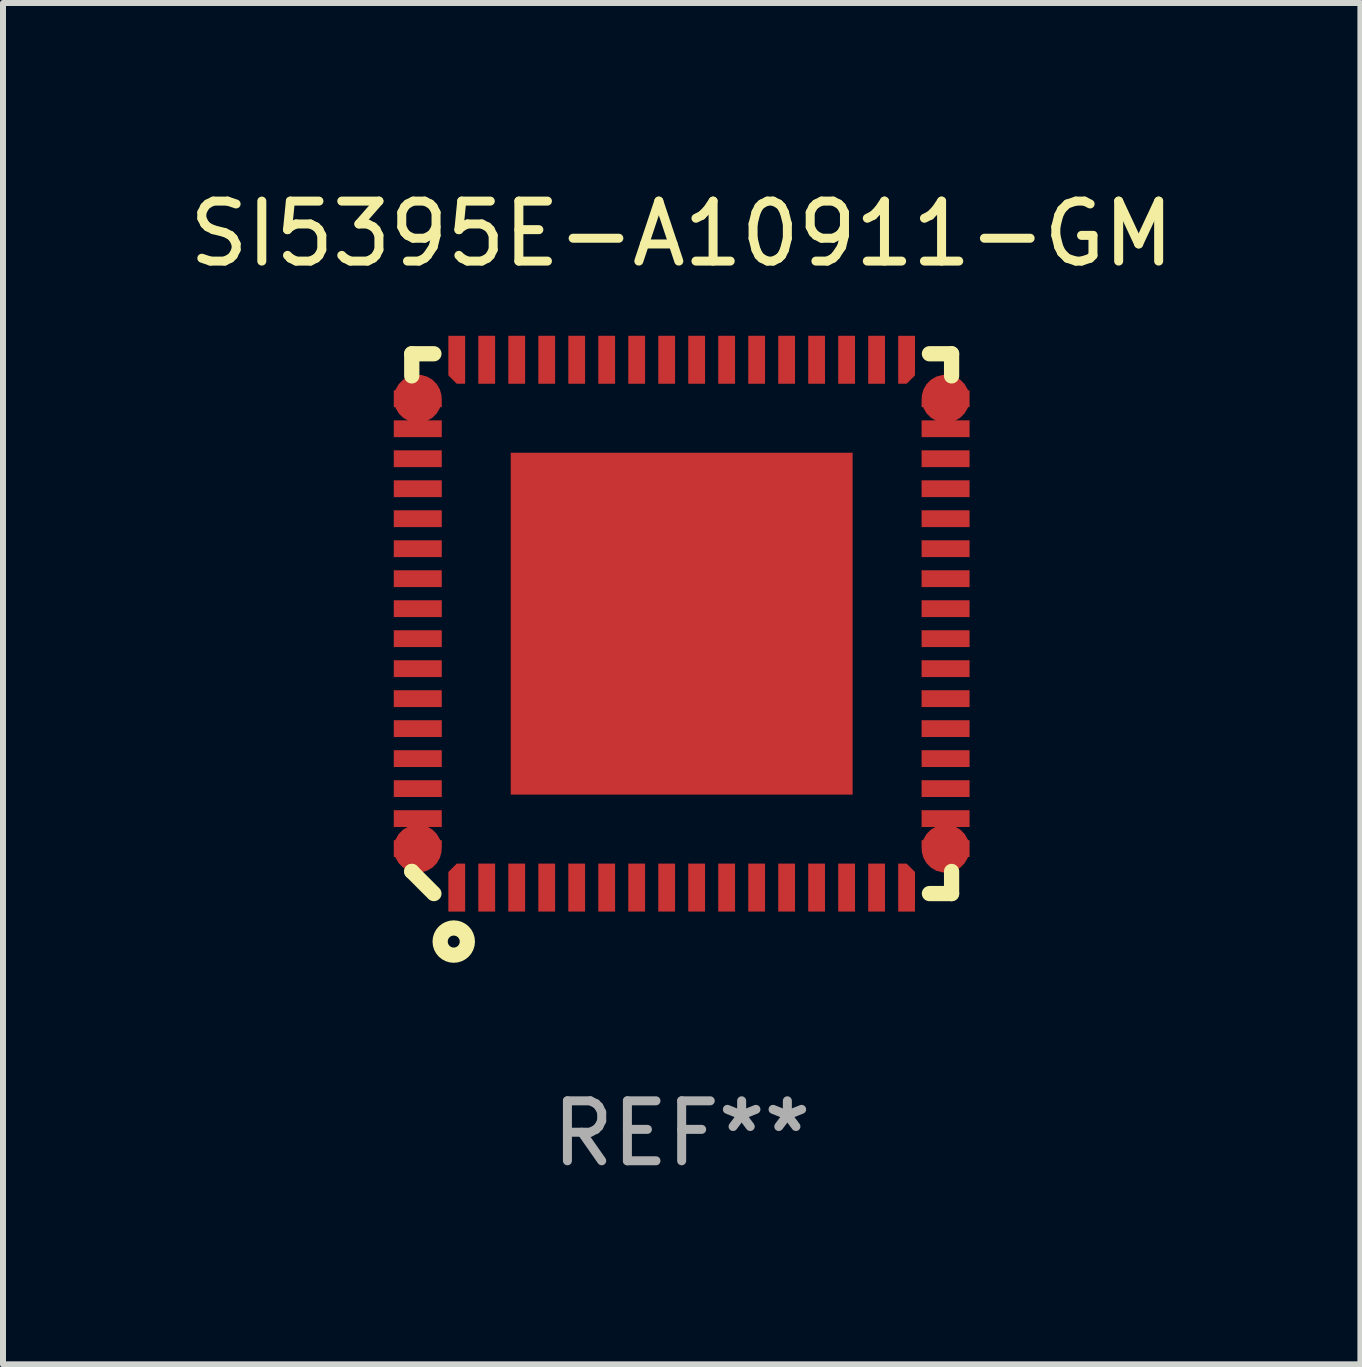
<source format=kicad_pcb>
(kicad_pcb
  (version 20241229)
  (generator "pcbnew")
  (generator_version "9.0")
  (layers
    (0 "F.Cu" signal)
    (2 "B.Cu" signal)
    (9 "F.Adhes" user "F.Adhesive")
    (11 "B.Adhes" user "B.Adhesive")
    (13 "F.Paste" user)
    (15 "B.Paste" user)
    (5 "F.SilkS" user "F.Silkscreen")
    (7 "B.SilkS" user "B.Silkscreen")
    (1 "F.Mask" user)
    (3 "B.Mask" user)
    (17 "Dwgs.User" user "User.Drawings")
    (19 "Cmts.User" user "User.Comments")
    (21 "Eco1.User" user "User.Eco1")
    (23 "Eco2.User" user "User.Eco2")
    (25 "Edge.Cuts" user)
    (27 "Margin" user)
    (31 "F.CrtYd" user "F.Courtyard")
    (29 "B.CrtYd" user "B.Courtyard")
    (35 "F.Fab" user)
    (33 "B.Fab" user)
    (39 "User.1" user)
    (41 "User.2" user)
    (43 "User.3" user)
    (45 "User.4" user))
  (footprint "SI5395E-A10911-GM"
    (layer "F.Cu")
    (at 8.315 7.348)
    (property "Reference" "SI5395E-A10911-GM" (at 0 -6.5 0) (layer "F.SilkS") (effects (font (size 1 1) (thickness 0.15))))
    (attr through_hole)
    (fp_line (start -4.5 -4.5) (end -4.5 -4.131) (stroke (width 0.254) (type solid)) (layer "F.SilkS"))
    (fp_line (start -4.5 4.131) (end -4.5 4.131) (stroke (width 0.254) (type solid)) (layer "F.SilkS"))
    (fp_line (start -4.5 4.131) (end -4.131 4.5) (stroke (width 0.254) (type solid)) (layer "F.SilkS"))
    (fp_line (start -4.131 -4.5) (end -4.5 -4.5) (stroke (width 0.254) (type solid)) (layer "F.SilkS"))
    (fp_line (start 4.131 4.5) (end 4.5 4.5) (stroke (width 0.254) (type solid)) (layer "F.SilkS"))
    (fp_line (start 4.5 -4.5) (end 4.131 -4.5) (stroke (width 0.254) (type solid)) (layer "F.SilkS"))
    (fp_line (start 4.5 -4.131) (end 4.5 -4.5) (stroke (width 0.254) (type solid)) (layer "F.SilkS"))
    (fp_line (start 4.5 4.5) (end 4.5 4.131) (stroke (width 0.254) (type solid)) (layer "F.SilkS"))
    (fp_circle (center -3.8 5.3) (end -3.7 5.3) (stroke (width 0.254) (type solid)) (fill no) (layer "F.SilkS"))
    (fp_text user "REF**" (at 0 8.5 0) (layer "F.Fab") (effects (font (size 1 1) (thickness 0.15))))
    (pad "1" smd custom (at -3.75 4.4) (size 0.28 0.8) (layers "F.Cu" "F.Mask" "F.Paste") (options (anchor circle)) (primitives (gr_poly (pts (xy -0.14 -0.26) (xy 0 -0.4) (xy 0.14 -0.4) (xy 0.14 0.4) (xy -0.14 0.4)) (width 0) (fill yes))))
    (pad "2" smd rect (at -3.25 4.4) (size 0.28 0.8) (layers "F.Cu" "F.Mask" "F.Paste"))
    (pad "3" smd rect (at -2.75 4.4) (size 0.28 0.8) (layers "F.Cu" "F.Mask" "F.Paste"))
    (pad "4" smd rect (at -2.25 4.4) (size 0.28 0.8) (layers "F.Cu" "F.Mask" "F.Paste"))
    (pad "5" smd rect (at -1.75 4.4) (size 0.28 0.8) (layers "F.Cu" "F.Mask" "F.Paste"))
    (pad "6" smd rect (at -1.25 4.4) (size 0.28 0.8) (layers "F.Cu" "F.Mask" "F.Paste"))
    (pad "7" smd rect (at -0.75 4.4) (size 0.28 0.8) (layers "F.Cu" "F.Mask" "F.Paste"))
    (pad "8" smd rect (at -0.25 4.4) (size 0.28 0.8) (layers "F.Cu" "F.Mask" "F.Paste"))
    (pad "9" smd rect (at 0.25 4.4) (size 0.28 0.8) (layers "F.Cu" "F.Mask" "F.Paste"))
    (pad "10" smd rect (at 0.75 4.4) (size 0.28 0.8) (layers "F.Cu" "F.Mask" "F.Paste"))
    (pad "11" smd rect (at 1.25 4.4) (size 0.28 0.8) (layers "F.Cu" "F.Mask" "F.Paste"))
    (pad "12" smd rect (at 1.75 4.4) (size 0.28 0.8) (layers "F.Cu" "F.Mask" "F.Paste"))
    (pad "13" smd rect (at 2.25 4.4) (size 0.28 0.8) (layers "F.Cu" "F.Mask" "F.Paste"))
    (pad "14" smd rect (at 2.75 4.4) (size 0.28 0.8) (layers "F.Cu" "F.Mask" "F.Paste"))
    (pad "15" smd rect (at 3.25 4.4) (size 0.28 0.8) (layers "F.Cu" "F.Mask" "F.Paste"))
    (pad "16" smd custom (at 3.75 4.4) (size 0.28 0.8) (layers "F.Cu" "F.Mask" "F.Paste") (options (anchor circle)) (primitives (gr_poly (pts (xy -0.14 -0.4) (xy 0 -0.4) (xy 0.14 -0.26) (xy 0.14 0.4) (xy -0.14 0.4)) (width 0) (fill yes))))
    (pad "17" smd custom (at 4.4 3.75) (size 0.8 0.28) (layers "F.Cu" "F.Mask" "F.Paste") (options (anchor circle)) (primitives (gr_poly (pts (xy -0.4 -0.14) (xy 0.4 -0.14) (xy 0.4 0.14) (xy -0.26 0.14) (xy -0.4 0)) (width 0) (fill yes))))
    (pad "18" smd rect (at 4.4 3.25) (size 0.8 0.28) (layers "F.Cu" "F.Mask" "F.Paste"))
    (pad "19" smd rect (at 4.4 2.75) (size 0.8 0.28) (layers "F.Cu" "F.Mask" "F.Paste"))
    (pad "20" smd rect (at 4.4 2.25) (size 0.8 0.28) (layers "F.Cu" "F.Mask" "F.Paste"))
    (pad "21" smd rect (at 4.4 1.75) (size 0.8 0.28) (layers "F.Cu" "F.Mask" "F.Paste"))
    (pad "22" smd rect (at 4.4 1.25) (size 0.8 0.28) (layers "F.Cu" "F.Mask" "F.Paste"))
    (pad "23" smd rect (at 4.4 0.75) (size 0.8 0.28) (layers "F.Cu" "F.Mask" "F.Paste"))
    (pad "24" smd rect (at 4.4 0.25) (size 0.8 0.28) (layers "F.Cu" "F.Mask" "F.Paste"))
    (pad "25" smd rect (at 4.4 -0.25) (size 0.8 0.28) (layers "F.Cu" "F.Mask" "F.Paste"))
    (pad "26" smd rect (at 4.4 -0.75) (size 0.8 0.28) (layers "F.Cu" "F.Mask" "F.Paste"))
    (pad "27" smd rect (at 4.4 -1.25) (size 0.8 0.28) (layers "F.Cu" "F.Mask" "F.Paste"))
    (pad "28" smd rect (at 4.4 -1.75) (size 0.8 0.28) (layers "F.Cu" "F.Mask" "F.Paste"))
    (pad "29" smd rect (at 4.4 -2.25) (size 0.8 0.28) (layers "F.Cu" "F.Mask" "F.Paste"))
    (pad "30" smd rect (at 4.4 -2.75) (size 0.8 0.28) (layers "F.Cu" "F.Mask" "F.Paste"))
    (pad "31" smd rect (at 4.4 -3.25) (size 0.8 0.28) (layers "F.Cu" "F.Mask" "F.Paste"))
    (pad "32" smd custom (at 4.4 -3.75) (size 0.8 0.28) (layers "F.Cu" "F.Mask" "F.Paste") (options (anchor circle)) (primitives (gr_poly (pts (xy -0.4 0) (xy -0.26 -0.14) (xy 0.4 -0.14) (xy 0.4 0.14) (xy -0.4 0.14)) (width 0) (fill yes))))
    (pad "33" smd custom (at 3.75 -4.4) (size 0.28 0.8) (layers "F.Cu" "F.Mask" "F.Paste") (options (anchor circle)) (primitives (gr_poly (pts (xy -0.14 -0.4) (xy 0.14 -0.4) (xy 0.14 0.26) (xy 0 0.4) (xy -0.14 0.4)) (width 0) (fill yes))))
    (pad "34" smd rect (at 3.25 -4.4) (size 0.28 0.8) (layers "F.Cu" "F.Mask" "F.Paste"))
    (pad "35" smd rect (at 2.75 -4.4) (size 0.28 0.8) (layers "F.Cu" "F.Mask" "F.Paste"))
    (pad "36" smd rect (at 2.25 -4.4) (size 0.28 0.8) (layers "F.Cu" "F.Mask" "F.Paste"))
    (pad "37" smd rect (at 1.75 -4.4) (size 0.28 0.8) (layers "F.Cu" "F.Mask" "F.Paste"))
    (pad "38" smd rect (at 1.25 -4.4) (size 0.28 0.8) (layers "F.Cu" "F.Mask" "F.Paste"))
    (pad "39" smd rect (at 0.75 -4.4) (size 0.28 0.8) (layers "F.Cu" "F.Mask" "F.Paste"))
    (pad "40" smd rect (at 0.25 -4.4) (size 0.28 0.8) (layers "F.Cu" "F.Mask" "F.Paste"))
    (pad "41" smd rect (at -0.25 -4.4) (size 0.28 0.8) (layers "F.Cu" "F.Mask" "F.Paste"))
    (pad "42" smd rect (at -0.75 -4.4) (size 0.28 0.8) (layers "F.Cu" "F.Mask" "F.Paste"))
    (pad "43" smd rect (at -1.25 -4.4) (size 0.28 0.8) (layers "F.Cu" "F.Mask" "F.Paste"))
    (pad "44" smd rect (at -1.75 -4.4) (size 0.28 0.8) (layers "F.Cu" "F.Mask" "F.Paste"))
    (pad "45" smd rect (at -2.25 -4.4) (size 0.28 0.8) (layers "F.Cu" "F.Mask" "F.Paste"))
    (pad "46" smd rect (at -2.75 -4.4) (size 0.28 0.8) (layers "F.Cu" "F.Mask" "F.Paste"))
    (pad "47" smd rect (at -3.25 -4.4) (size 0.28 0.8) (layers "F.Cu" "F.Mask" "F.Paste"))
    (pad "48" smd custom (at -3.75 -4.4) (size 0.28 0.8) (layers "F.Cu" "F.Mask" "F.Paste") (options (anchor circle)) (primitives (gr_poly (pts (xy -0.14 -0.4) (xy 0.14 -0.4) (xy 0.14 0.4) (xy 0 0.4) (xy -0.14 0.26)) (width 0) (fill yes))))
    (pad "49" smd custom (at -4.4 -3.75) (size 0.8 0.28) (layers "F.Cu" "F.Mask" "F.Paste") (options (anchor circle)) (primitives (gr_poly (pts (xy -0.4 -0.14) (xy 0.26 -0.14) (xy 0.4 0) (xy 0.4 0.14) (xy -0.4 0.14)) (width 0) (fill yes))))
    (pad "50" smd rect (at -4.4 -3.25) (size 0.8 0.28) (layers "F.Cu" "F.Mask" "F.Paste"))
    (pad "51" smd rect (at -4.4 -2.75) (size 0.8 0.28) (layers "F.Cu" "F.Mask" "F.Paste"))
    (pad "52" smd rect (at -4.4 -2.25) (size 0.8 0.28) (layers "F.Cu" "F.Mask" "F.Paste"))
    (pad "53" smd rect (at -4.4 -1.75) (size 0.8 0.28) (layers "F.Cu" "F.Mask" "F.Paste"))
    (pad "54" smd rect (at -4.4 -1.25) (size 0.8 0.28) (layers "F.Cu" "F.Mask" "F.Paste"))
    (pad "55" smd rect (at -4.4 -0.75) (size 0.8 0.28) (layers "F.Cu" "F.Mask" "F.Paste"))
    (pad "56" smd rect (at -4.4 -0.25) (size 0.8 0.28) (layers "F.Cu" "F.Mask" "F.Paste"))
    (pad "57" smd rect (at -4.4 0.25) (size 0.8 0.28) (layers "F.Cu" "F.Mask" "F.Paste"))
    (pad "58" smd rect (at -4.4 0.75) (size 0.8 0.28) (layers "F.Cu" "F.Mask" "F.Paste"))
    (pad "59" smd rect (at -4.4 1.25) (size 0.8 0.28) (layers "F.Cu" "F.Mask" "F.Paste"))
    (pad "60" smd rect (at -4.4 1.75) (size 0.8 0.28) (layers "F.Cu" "F.Mask" "F.Paste"))
    (pad "61" smd rect (at -4.4 2.25) (size 0.8 0.28) (layers "F.Cu" "F.Mask" "F.Paste"))
    (pad "62" smd rect (at -4.4 2.75) (size 0.8 0.28) (layers "F.Cu" "F.Mask" "F.Paste"))
    (pad "63" smd rect (at -4.4 3.25) (size 0.8 0.28) (layers "F.Cu" "F.Mask" "F.Paste"))
    (pad "64" smd custom (at -4.4 3.75) (size 0.8 0.28) (layers "F.Cu" "F.Mask" "F.Paste") (options (anchor circle)) (primitives (gr_poly (pts (xy -0.4 -0.14) (xy 0.4 -0.14) (xy 0.4 0) (xy 0.26 0.14) (xy -0.4 0.14)) (width 0) (fill yes))))
    (pad "65" smd rect (at 0.000152 0.000114) (size 5.7 5.7) (layers "F.Cu" "F.Mask" "F.Paste")))
  (gr_rect
    (start -3 -3)
    (end 19.631 19.697)
    (stroke (width 0.1) (type default))
    (fill no)
    (layer "Edge.Cuts")))
</source>
